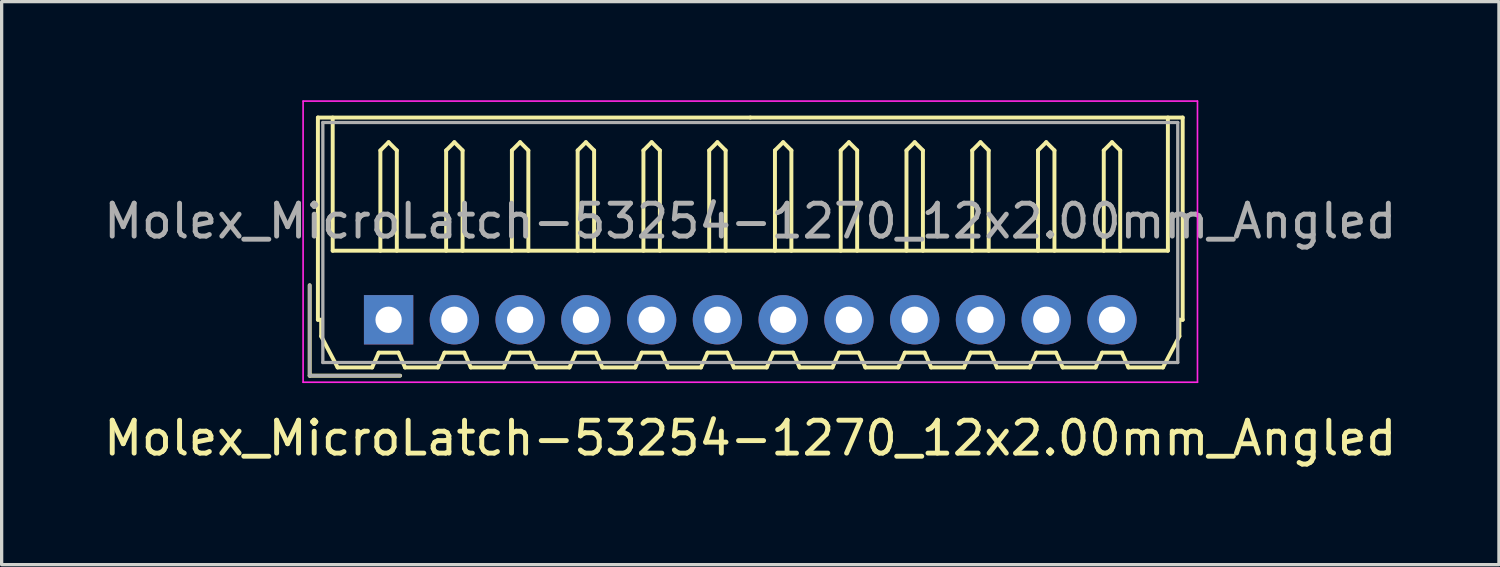
<source format=kicad_pcb>
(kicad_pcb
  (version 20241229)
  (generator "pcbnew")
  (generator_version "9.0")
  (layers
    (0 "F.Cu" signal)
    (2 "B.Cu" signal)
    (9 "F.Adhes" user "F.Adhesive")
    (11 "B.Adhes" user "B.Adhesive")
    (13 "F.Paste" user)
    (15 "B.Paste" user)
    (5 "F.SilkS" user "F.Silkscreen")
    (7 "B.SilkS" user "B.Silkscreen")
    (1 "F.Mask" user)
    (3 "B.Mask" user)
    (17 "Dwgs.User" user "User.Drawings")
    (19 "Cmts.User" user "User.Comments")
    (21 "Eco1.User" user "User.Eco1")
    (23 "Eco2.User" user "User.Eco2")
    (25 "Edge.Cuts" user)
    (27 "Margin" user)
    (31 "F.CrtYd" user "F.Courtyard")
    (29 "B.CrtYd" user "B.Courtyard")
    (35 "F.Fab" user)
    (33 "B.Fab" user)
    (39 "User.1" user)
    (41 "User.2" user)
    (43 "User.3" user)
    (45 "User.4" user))
  (footprint "Molex_MicroLatch-53254-1270_12x2.00mm_Angled"
    (layer "F.Cu")
    (at 8.768 6.675)
    (property "Reference" "Molex_MicroLatch-53254-1270_12x2.00mm_Angled" (at 11 3.6 0) (layer "F.SilkS") (effects (font (size 1 1) (thickness 0.15))))
    (attr through_hole)
    (fp_line (start -2.4 1.7) (end -2.4 -1.05) (stroke (width 0.12) (type solid)) (layer "F.SilkS"))
    (fp_line (start -2.15 -6.15) (end 11 -6.15) (stroke (width 0.12) (type solid)) (layer "F.SilkS"))
    (fp_line (start -2.15 0) (end -2.15 -6.15) (stroke (width 0.12) (type solid)) (layer "F.SilkS"))
    (fp_line (start -2.05 0) (end -2.15 0) (stroke (width 0.12) (type solid)) (layer "F.SilkS"))
    (fp_line (start -2.05 0.5) (end -2.05 0) (stroke (width 0.12) (type solid)) (layer "F.SilkS"))
    (fp_line (start -1.7 -6.15) (end -1.7 -2.1) (stroke (width 0.12) (type solid)) (layer "F.SilkS"))
    (fp_line (start -1.7 -2.1) (end 23.7 -2.1) (stroke (width 0.12) (type solid)) (layer "F.SilkS"))
    (fp_line (start -1.55 1.45) (end -2.05 0.5) (stroke (width 0.12) (type solid)) (layer "F.SilkS"))
    (fp_line (start -0.5 1.45) (end -1.55 1.45) (stroke (width 0.12) (type solid)) (layer "F.SilkS"))
    (fp_line (start -0.3 1) (end -0.5 1.45) (stroke (width 0.12) (type solid)) (layer "F.SilkS"))
    (fp_line (start -0.3 1) (end 0.3 1) (stroke (width 0.12) (type solid)) (layer "F.SilkS"))
    (fp_line (start -0.25 -5.15) (end 0 -5.4) (stroke (width 0.12) (type solid)) (layer "F.SilkS"))
    (fp_line (start -0.25 -2.1) (end -0.25 -5.15) (stroke (width 0.12) (type solid)) (layer "F.SilkS"))
    (fp_line (start 0 -5.4) (end 0.25 -5.15) (stroke (width 0.12) (type solid)) (layer "F.SilkS"))
    (fp_line (start 0.25 -5.15) (end 0.25 -2.1) (stroke (width 0.12) (type solid)) (layer "F.SilkS"))
    (fp_line (start 0.3 1) (end 0.5 1.45) (stroke (width 0.12) (type solid)) (layer "F.SilkS"))
    (fp_line (start 0.35 1.7) (end -2.4 1.7) (stroke (width 0.12) (type solid)) (layer "F.SilkS"))
    (fp_line (start 0.5 1.45) (end 1.5 1.45) (stroke (width 0.12) (type solid)) (layer "F.SilkS"))
    (fp_line (start 1.5 1.45) (end 1.7 1) (stroke (width 0.12) (type solid)) (layer "F.SilkS"))
    (fp_line (start 1.7 1) (end 2.3 1) (stroke (width 0.12) (type solid)) (layer "F.SilkS"))
    (fp_line (start 1.75 -5.15) (end 2 -5.4) (stroke (width 0.12) (type solid)) (layer "F.SilkS"))
    (fp_line (start 1.75 -2.1) (end 1.75 -5.15) (stroke (width 0.12) (type solid)) (layer "F.SilkS"))
    (fp_line (start 2 -5.4) (end 2.25 -5.15) (stroke (width 0.12) (type solid)) (layer "F.SilkS"))
    (fp_line (start 2.25 -5.15) (end 2.25 -2.1) (stroke (width 0.12) (type solid)) (layer "F.SilkS"))
    (fp_line (start 2.3 1) (end 2.5 1.45) (stroke (width 0.12) (type solid)) (layer "F.SilkS"))
    (fp_line (start 2.5 1.45) (end 3.5 1.45) (stroke (width 0.12) (type solid)) (layer "F.SilkS"))
    (fp_line (start 3.5 1.45) (end 3.7 1) (stroke (width 0.12) (type solid)) (layer "F.SilkS"))
    (fp_line (start 3.7 1) (end 4.3 1) (stroke (width 0.12) (type solid)) (layer "F.SilkS"))
    (fp_line (start 3.75 -5.15) (end 4 -5.4) (stroke (width 0.12) (type solid)) (layer "F.SilkS"))
    (fp_line (start 3.75 -2.1) (end 3.75 -5.15) (stroke (width 0.12) (type solid)) (layer "F.SilkS"))
    (fp_line (start 4 -5.4) (end 4.25 -5.15) (stroke (width 0.12) (type solid)) (layer "F.SilkS"))
    (fp_line (start 4.25 -5.15) (end 4.25 -2.1) (stroke (width 0.12) (type solid)) (layer "F.SilkS"))
    (fp_line (start 4.3 1) (end 4.5 1.45) (stroke (width 0.12) (type solid)) (layer "F.SilkS"))
    (fp_line (start 4.5 1.45) (end 5.5 1.45) (stroke (width 0.12) (type solid)) (layer "F.SilkS"))
    (fp_line (start 5.5 1.45) (end 5.7 1) (stroke (width 0.12) (type solid)) (layer "F.SilkS"))
    (fp_line (start 5.7 1) (end 6.3 1) (stroke (width 0.12) (type solid)) (layer "F.SilkS"))
    (fp_line (start 5.75 -5.15) (end 6 -5.4) (stroke (width 0.12) (type solid)) (layer "F.SilkS"))
    (fp_line (start 5.75 -2.1) (end 5.75 -5.15) (stroke (width 0.12) (type solid)) (layer "F.SilkS"))
    (fp_line (start 6 -5.4) (end 6.25 -5.15) (stroke (width 0.12) (type solid)) (layer "F.SilkS"))
    (fp_line (start 6.25 -5.15) (end 6.25 -2.1) (stroke (width 0.12) (type solid)) (layer "F.SilkS"))
    (fp_line (start 6.3 1) (end 6.5 1.45) (stroke (width 0.12) (type solid)) (layer "F.SilkS"))
    (fp_line (start 6.5 1.45) (end 7.5 1.45) (stroke (width 0.12) (type solid)) (layer "F.SilkS"))
    (fp_line (start 7.5 1.45) (end 7.7 1) (stroke (width 0.12) (type solid)) (layer "F.SilkS"))
    (fp_line (start 7.7 1) (end 8.3 1) (stroke (width 0.12) (type solid)) (layer "F.SilkS"))
    (fp_line (start 7.75 -5.15) (end 8 -5.4) (stroke (width 0.12) (type solid)) (layer "F.SilkS"))
    (fp_line (start 7.75 -2.1) (end 7.75 -5.15) (stroke (width 0.12) (type solid)) (layer "F.SilkS"))
    (fp_line (start 8 -5.4) (end 8.25 -5.15) (stroke (width 0.12) (type solid)) (layer "F.SilkS"))
    (fp_line (start 8.25 -5.15) (end 8.25 -2.1) (stroke (width 0.12) (type solid)) (layer "F.SilkS"))
    (fp_line (start 8.3 1) (end 8.5 1.45) (stroke (width 0.12) (type solid)) (layer "F.SilkS"))
    (fp_line (start 8.5 1.45) (end 9.5 1.45) (stroke (width 0.12) (type solid)) (layer "F.SilkS"))
    (fp_line (start 9.5 1.45) (end 9.7 1) (stroke (width 0.12) (type solid)) (layer "F.SilkS"))
    (fp_line (start 9.7 1) (end 10.3 1) (stroke (width 0.12) (type solid)) (layer "F.SilkS"))
    (fp_line (start 9.75 -5.15) (end 10 -5.4) (stroke (width 0.12) (type solid)) (layer "F.SilkS"))
    (fp_line (start 9.75 -2.1) (end 9.75 -5.15) (stroke (width 0.12) (type solid)) (layer "F.SilkS"))
    (fp_line (start 10 -5.4) (end 10.25 -5.15) (stroke (width 0.12) (type solid)) (layer "F.SilkS"))
    (fp_line (start 10.25 -5.15) (end 10.25 -2.1) (stroke (width 0.12) (type solid)) (layer "F.SilkS"))
    (fp_line (start 10.3 1) (end 10.5 1.45) (stroke (width 0.12) (type solid)) (layer "F.SilkS"))
    (fp_line (start 10.5 1.45) (end 11.5 1.45) (stroke (width 0.12) (type solid)) (layer "F.SilkS"))
    (fp_line (start 11.5 1.45) (end 11.7 1) (stroke (width 0.12) (type solid)) (layer "F.SilkS"))
    (fp_line (start 11.7 1) (end 12.3 1) (stroke (width 0.12) (type solid)) (layer "F.SilkS"))
    (fp_line (start 11.75 -5.15) (end 12 -5.4) (stroke (width 0.12) (type solid)) (layer "F.SilkS"))
    (fp_line (start 11.75 -2.1) (end 11.75 -5.15) (stroke (width 0.12) (type solid)) (layer "F.SilkS"))
    (fp_line (start 12 -5.4) (end 12.25 -5.15) (stroke (width 0.12) (type solid)) (layer "F.SilkS"))
    (fp_line (start 12.25 -5.15) (end 12.25 -2.1) (stroke (width 0.12) (type solid)) (layer "F.SilkS"))
    (fp_line (start 12.3 1) (end 12.5 1.45) (stroke (width 0.12) (type solid)) (layer "F.SilkS"))
    (fp_line (start 12.5 1.45) (end 13.5 1.45) (stroke (width 0.12) (type solid)) (layer "F.SilkS"))
    (fp_line (start 13.5 1.45) (end 13.7 1) (stroke (width 0.12) (type solid)) (layer "F.SilkS"))
    (fp_line (start 13.7 1) (end 14.3 1) (stroke (width 0.12) (type solid)) (layer "F.SilkS"))
    (fp_line (start 13.75 -5.15) (end 14 -5.4) (stroke (width 0.12) (type solid)) (layer "F.SilkS"))
    (fp_line (start 13.75 -2.1) (end 13.75 -5.15) (stroke (width 0.12) (type solid)) (layer "F.SilkS"))
    (fp_line (start 14 -5.4) (end 14.25 -5.15) (stroke (width 0.12) (type solid)) (layer "F.SilkS"))
    (fp_line (start 14.25 -5.15) (end 14.25 -2.1) (stroke (width 0.12) (type solid)) (layer "F.SilkS"))
    (fp_line (start 14.3 1) (end 14.5 1.45) (stroke (width 0.12) (type solid)) (layer "F.SilkS"))
    (fp_line (start 14.5 1.45) (end 15.5 1.45) (stroke (width 0.12) (type solid)) (layer "F.SilkS"))
    (fp_line (start 15.5 1.45) (end 15.7 1) (stroke (width 0.12) (type solid)) (layer "F.SilkS"))
    (fp_line (start 15.7 1) (end 16.3 1) (stroke (width 0.12) (type solid)) (layer "F.SilkS"))
    (fp_line (start 15.75 -5.15) (end 16 -5.4) (stroke (width 0.12) (type solid)) (layer "F.SilkS"))
    (fp_line (start 15.75 -2.1) (end 15.75 -5.15) (stroke (width 0.12) (type solid)) (layer "F.SilkS"))
    (fp_line (start 16 -5.4) (end 16.25 -5.15) (stroke (width 0.12) (type solid)) (layer "F.SilkS"))
    (fp_line (start 16.25 -5.15) (end 16.25 -2.1) (stroke (width 0.12) (type solid)) (layer "F.SilkS"))
    (fp_line (start 16.3 1) (end 16.5 1.45) (stroke (width 0.12) (type solid)) (layer "F.SilkS"))
    (fp_line (start 16.5 1.45) (end 17.5 1.45) (stroke (width 0.12) (type solid)) (layer "F.SilkS"))
    (fp_line (start 17.5 1.45) (end 17.7 1) (stroke (width 0.12) (type solid)) (layer "F.SilkS"))
    (fp_line (start 17.7 1) (end 18.3 1) (stroke (width 0.12) (type solid)) (layer "F.SilkS"))
    (fp_line (start 17.75 -5.15) (end 18 -5.4) (stroke (width 0.12) (type solid)) (layer "F.SilkS"))
    (fp_line (start 17.75 -2.1) (end 17.75 -5.15) (stroke (width 0.12) (type solid)) (layer "F.SilkS"))
    (fp_line (start 18 -5.4) (end 18.25 -5.15) (stroke (width 0.12) (type solid)) (layer "F.SilkS"))
    (fp_line (start 18.25 -5.15) (end 18.25 -2.1) (stroke (width 0.12) (type solid)) (layer "F.SilkS"))
    (fp_line (start 18.3 1) (end 18.5 1.45) (stroke (width 0.12) (type solid)) (layer "F.SilkS"))
    (fp_line (start 18.5 1.45) (end 19.5 1.45) (stroke (width 0.12) (type solid)) (layer "F.SilkS"))
    (fp_line (start 19.5 1.45) (end 19.7 1) (stroke (width 0.12) (type solid)) (layer "F.SilkS"))
    (fp_line (start 19.7 1) (end 20.3 1) (stroke (width 0.12) (type solid)) (layer "F.SilkS"))
    (fp_line (start 19.75 -5.15) (end 20 -5.4) (stroke (width 0.12) (type solid)) (layer "F.SilkS"))
    (fp_line (start 19.75 -2.1) (end 19.75 -5.15) (stroke (width 0.12) (type solid)) (layer "F.SilkS"))
    (fp_line (start 20 -5.4) (end 20.25 -5.15) (stroke (width 0.12) (type solid)) (layer "F.SilkS"))
    (fp_line (start 20.25 -5.15) (end 20.25 -2.1) (stroke (width 0.12) (type solid)) (layer "F.SilkS"))
    (fp_line (start 20.3 1) (end 20.5 1.45) (stroke (width 0.12) (type solid)) (layer "F.SilkS"))
    (fp_line (start 20.5 1.45) (end 21.5 1.45) (stroke (width 0.12) (type solid)) (layer "F.SilkS"))
    (fp_line (start 21.5 1.45) (end 21.7 1) (stroke (width 0.12) (type solid)) (layer "F.SilkS"))
    (fp_line (start 21.7 1) (end 22.3 1) (stroke (width 0.12) (type solid)) (layer "F.SilkS"))
    (fp_line (start 21.75 -5.15) (end 22 -5.4) (stroke (width 0.12) (type solid)) (layer "F.SilkS"))
    (fp_line (start 21.75 -2.1) (end 21.75 -5.15) (stroke (width 0.12) (type solid)) (layer "F.SilkS"))
    (fp_line (start 22 -5.4) (end 22.25 -5.15) (stroke (width 0.12) (type solid)) (layer "F.SilkS"))
    (fp_line (start 22.25 -5.15) (end 22.25 -2.1) (stroke (width 0.12) (type solid)) (layer "F.SilkS"))
    (fp_line (start 22.3 1) (end 22.5 1.45) (stroke (width 0.12) (type solid)) (layer "F.SilkS"))
    (fp_line (start 22.5 1.45) (end 23.55 1.45) (stroke (width 0.12) (type solid)) (layer "F.SilkS"))
    (fp_line (start 23.55 1.45) (end 24.05 0.5) (stroke (width 0.12) (type solid)) (layer "F.SilkS"))
    (fp_line (start 23.7 -2.1) (end 23.7 -6.15) (stroke (width 0.12) (type solid)) (layer "F.SilkS"))
    (fp_line (start 24.05 0) (end 24.15 0) (stroke (width 0.12) (type solid)) (layer "F.SilkS"))
    (fp_line (start 24.05 0.5) (end 24.05 0) (stroke (width 0.12) (type solid)) (layer "F.SilkS"))
    (fp_line (start 24.15 -6.15) (end 11 -6.15) (stroke (width 0.12) (type solid)) (layer "F.SilkS"))
    (fp_line (start 24.15 0) (end 24.15 -6.15) (stroke (width 0.12) (type solid)) (layer "F.SilkS"))
    (fp_line (start -2.6 -6.65) (end -2.6 1.9) (stroke (width 0.05) (type solid)) (layer "F.CrtYd"))
    (fp_line (start -2.6 1.9) (end 24.6 1.9) (stroke (width 0.05) (type solid)) (layer "F.CrtYd"))
    (fp_line (start 24.6 -6.65) (end -2.6 -6.65) (stroke (width 0.05) (type solid)) (layer "F.CrtYd"))
    (fp_line (start 24.6 1.9) (end 24.6 -6.65) (stroke (width 0.05) (type solid)) (layer "F.CrtYd"))
    (fp_line (start -2.4 1.7) (end -2.4 -1.05) (stroke (width 0.1) (type solid)) (layer "F.Fab"))
    (fp_line (start -2 -6) (end -2 1.3) (stroke (width 0.1) (type solid)) (layer "F.Fab"))
    (fp_line (start -2 1.3) (end 24 1.3) (stroke (width 0.1) (type solid)) (layer "F.Fab"))
    (fp_line (start 0.35 1.7) (end -2.4 1.7) (stroke (width 0.1) (type solid)) (layer "F.Fab"))
    (fp_line (start 24 -6) (end -2 -6) (stroke (width 0.1) (type solid)) (layer "F.Fab"))
    (fp_line (start 24 1.3) (end 24 -6) (stroke (width 0.1) (type solid)) (layer "F.Fab"))
    (fp_text user "${REFERENCE}" (at 11 -3 0) (layer "F.Fab") (effects (font (size 1 1) (thickness 0.15))))
    (pad "1" thru_hole rect (at 0 0) (size 1.5 1.5) (drill 0.8) (layers "*.Cu" "*.Mask"))
    (pad "2" thru_hole circle (at 2 0) (size 1.5 1.5) (drill 0.8) (layers "*.Cu" "*.Mask"))
    (pad "3" thru_hole circle (at 4 0) (size 1.5 1.5) (drill 0.8) (layers "*.Cu" "*.Mask"))
    (pad "4" thru_hole circle (at 6 0) (size 1.5 1.5) (drill 0.8) (layers "*.Cu" "*.Mask"))
    (pad "5" thru_hole circle (at 8 0) (size 1.5 1.5) (drill 0.8) (layers "*.Cu" "*.Mask"))
    (pad "6" thru_hole circle (at 10 0) (size 1.5 1.5) (drill 0.8) (layers "*.Cu" "*.Mask"))
    (pad "7" thru_hole circle (at 12 0) (size 1.5 1.5) (drill 0.8) (layers "*.Cu" "*.Mask"))
    (pad "8" thru_hole circle (at 14 0) (size 1.5 1.5) (drill 0.8) (layers "*.Cu" "*.Mask"))
    (pad "9" thru_hole circle (at 16 0) (size 1.5 1.5) (drill 0.8) (layers "*.Cu" "*.Mask"))
    (pad "10" thru_hole circle (at 18 0) (size 1.5 1.5) (drill 0.8) (layers "*.Cu" "*.Mask"))
    (pad "11" thru_hole circle (at 20 0) (size 1.5 1.5) (drill 0.8) (layers "*.Cu" "*.Mask"))
    (pad "12" thru_hole circle (at 22 0) (size 1.5 1.5) (drill 0.8) (layers "*.Cu" "*.Mask")))
  (gr_rect
    (start -3 -3)
    (end 42.536 14.123)
    (stroke (width 0.1) (type default))
    (fill no)
    (layer "Edge.Cuts")))
</source>
